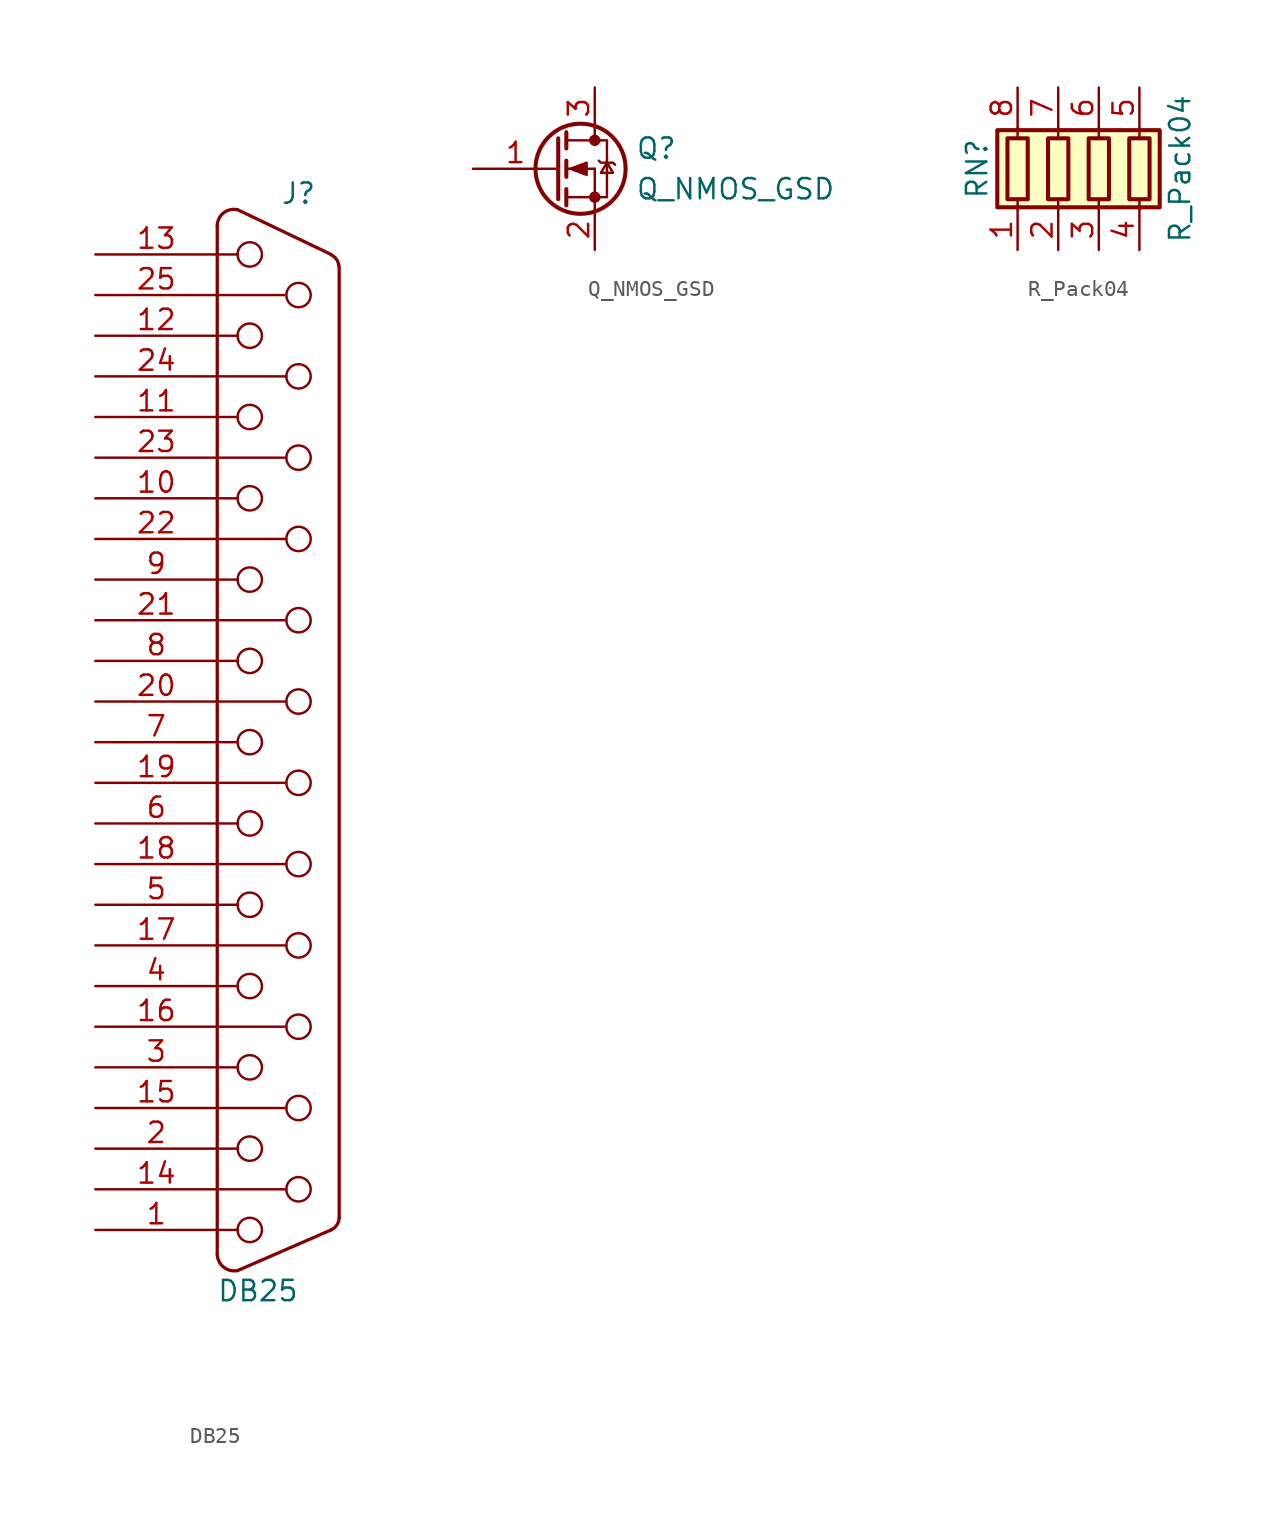
<source format=kicad_sym>
(kicad_symbol_lib
  (version 20241209)
  (generator "kicad_symbol_editor")
  (generator_version "9.0")
  (symbol "DB25"
    (pin_names
      (offset 1.016)
      (hide yes))
    (property "Reference" "J"
      (at 1.27 34.29 0)
      (effects (font (size 1.27 1.27))))
    (property "Value" "DB25"
      (at -1.27 -34.29 0)
      (effects (font (size 1.27 1.27))))
    (property "Footprint" ""
      (at 0 0 0)
      (effects (font (size 1.27 1.27))))
    (property "Datasheet" ""
      (at 0 0 0)
      (effects (font (size 1.27 1.27))))
    (symbol "DB25_0_1"
      (polyline (pts (xy -3.81 30.48) (xy -2.54 30.48)) (stroke (width 0) (type solid)) (fill (type none)))
      (polyline (pts (xy -3.81 27.94) (xy 0.508 27.94)) (stroke (width 0) (type solid)) (fill (type none)))
      (polyline (pts (xy -3.81 25.4) (xy -2.54 25.4)) (stroke (width 0) (type solid)) (fill (type none)))
      (polyline (pts (xy -3.81 22.86) (xy 0.508 22.86)) (stroke (width 0) (type solid)) (fill (type none)))
      (polyline (pts (xy -3.81 20.32) (xy -2.54 20.32)) (stroke (width 0) (type solid)) (fill (type none)))
      (polyline (pts (xy -3.81 17.78) (xy 0.508 17.78)) (stroke (width 0) (type solid)) (fill (type none)))
      (polyline (pts (xy -3.81 15.24) (xy -2.54 15.24)) (stroke (width 0) (type solid)) (fill (type none)))
      (polyline (pts (xy -3.81 12.7) (xy 0.508 12.7)) (stroke (width 0) (type solid)) (fill (type none)))
      (polyline (pts (xy -3.81 10.16) (xy -2.54 10.16)) (stroke (width 0) (type solid)) (fill (type none)))
      (polyline (pts (xy -3.81 7.62) (xy 0.508 7.62)) (stroke (width 0) (type solid)) (fill (type none)))
      (polyline (pts (xy -3.81 5.08) (xy -2.54 5.08)) (stroke (width 0) (type solid)) (fill (type none)))
      (polyline (pts (xy -3.81 2.54) (xy 0.508 2.54)) (stroke (width 0) (type solid)) (fill (type none)))
      (polyline (pts (xy -3.81 0) (xy -2.54 0)) (stroke (width 0) (type solid)) (fill (type none)))
      (polyline (pts (xy -3.81 -2.54) (xy 0.508 -2.54)) (stroke (width 0) (type solid)) (fill (type none)))
      (polyline (pts (xy -3.81 -5.08) (xy -2.54 -5.08)) (stroke (width 0) (type solid)) (fill (type none)))
      (polyline (pts (xy -3.81 -7.62) (xy 0.508 -7.62)) (stroke (width 0) (type solid)) (fill (type none)))
      (polyline (pts (xy -3.81 -10.16) (xy -2.54 -10.16)) (stroke (width 0) (type solid)) (fill (type none)))
      (polyline (pts (xy -3.81 -12.7) (xy 0.508 -12.7)) (stroke (width 0) (type solid)) (fill (type none)))
      (polyline (pts (xy -3.81 -15.24) (xy -2.54 -15.24)) (stroke (width 0) (type solid)) (fill (type none)))
      (polyline (pts (xy -3.81 -17.78) (xy 0.508 -17.78)) (stroke (width 0) (type solid)) (fill (type none)))
      (polyline (pts (xy -3.81 -20.32) (xy -2.54 -20.32)) (stroke (width 0) (type solid)) (fill (type none)))
      (polyline (pts (xy -3.81 -22.86) (xy 0.508 -22.86)) (stroke (width 0) (type solid)) (fill (type none)))
      (polyline (pts (xy -3.81 -25.4) (xy -2.54 -25.4)) (stroke (width 0) (type solid)) (fill (type none)))
      (polyline (pts (xy -3.81 -27.94) (xy 0.508 -27.94)) (stroke (width 0) (type solid)) (fill (type none)))
      (polyline (pts (xy -3.81 -30.48) (xy -2.54 -30.48)) (stroke (width 0) (type solid)) (fill (type none)))
      (polyline (pts (xy -3.81 -32.004) (xy -3.81 32.258)) (stroke (width 0.203) (type solid)) (fill (type none)))
      (arc (start -3.81 32.258) (mid -3.4192 33.0712) (end -2.54 33.274) (stroke (width 0.2032) (type solid)) (fill (type none)))
      (arc (start -2.54 -33.02) (mid -3.408 -32.8055) (end -3.81 -32.004) (stroke (width 0.2032) (type solid)) (fill (type none)))
      (polyline (pts (xy -2.54 -33.02) (xy 3.302 -30.48)) (stroke (width 0.203) (type solid)) (fill (type none)))
      (circle (center -1.778 30.48) (radius 0.762) (stroke (width 0) (type solid)) (fill (type none)))
      (circle (center -1.778 25.4) (radius 0.762) (stroke (width 0) (type solid)) (fill (type none)))
      (circle (center -1.778 20.32) (radius 0.762) (stroke (width 0) (type solid)) (fill (type none)))
      (circle (center -1.778 15.24) (radius 0.762) (stroke (width 0) (type solid)) (fill (type none)))
      (circle (center -1.778 10.16) (radius 0.762) (stroke (width 0) (type solid)) (fill (type none)))
      (circle (center -1.778 5.08) (radius 0.762) (stroke (width 0) (type solid)) (fill (type none)))
      (circle (center -1.778 0) (radius 0.762) (stroke (width 0) (type solid)) (fill (type none)))
      (circle (center -1.778 -5.08) (radius 0.762) (stroke (width 0) (type solid)) (fill (type none)))
      (circle (center -1.778 -10.16) (radius 0.762) (stroke (width 0) (type solid)) (fill (type none)))
      (circle (center -1.778 -15.24) (radius 0.762) (stroke (width 0) (type solid)) (fill (type none)))
      (circle (center -1.778 -20.32) (radius 0.762) (stroke (width 0) (type solid)) (fill (type none)))
      (circle (center -1.778 -25.4) (radius 0.762) (stroke (width 0) (type solid)) (fill (type none)))
      (circle (center -1.778 -30.48) (radius 0.762) (stroke (width 0) (type solid)) (fill (type none)))
      (circle (center 1.27 27.94) (radius 0.762) (stroke (width 0) (type solid)) (fill (type none)))
      (circle (center 1.27 22.86) (radius 0.762) (stroke (width 0) (type solid)) (fill (type none)))
      (circle (center 1.27 17.78) (radius 0.762) (stroke (width 0) (type solid)) (fill (type none)))
      (circle (center 1.27 12.7) (radius 0.762) (stroke (width 0) (type solid)) (fill (type none)))
      (circle (center 1.27 7.62) (radius 0.762) (stroke (width 0) (type solid)) (fill (type none)))
      (circle (center 1.27 2.54) (radius 0.762) (stroke (width 0) (type solid)) (fill (type none)))
      (circle (center 1.27 -2.54) (radius 0.762) (stroke (width 0) (type solid)) (fill (type none)))
      (circle (center 1.27 -7.62) (radius 0.762) (stroke (width 0) (type solid)) (fill (type none)))
      (circle (center 1.27 -12.7) (radius 0.762) (stroke (width 0) (type solid)) (fill (type none)))
      (circle (center 1.27 -17.78) (radius 0.762) (stroke (width 0) (type solid)) (fill (type none)))
      (circle (center 1.27 -22.86) (radius 0.762) (stroke (width 0) (type solid)) (fill (type none)))
      (circle (center 1.27 -27.94) (radius 0.762) (stroke (width 0) (type solid)) (fill (type none)))
      (arc (start 3.81 -29.718) (mid 3.6653 -30.1718) (end 3.302 -30.48) (stroke (width 0.2032) (type solid)) (fill (type none)))
      (arc (start 3.302 30.4546) (mid 3.6494 30.1568) (end 3.7846 29.718) (stroke (width 0.2032) (type solid)) (fill (type none)))
      (polyline (pts (xy 3.302 30.48) (xy -2.54 33.274)) (stroke (width 0.203) (type solid)) (fill (type none)))
      (polyline (pts (xy 3.81 -29.718) (xy 3.81 29.718)) (stroke (width 0.203) (type solid)) (fill (type none))))
    (symbol "DB25_1_1"
      (pin passive line (at -11.43 30.48 0) (length 7.62) (name "13" (effects (font (size 1.27 1.27)))) (number "13" (effects (font (size 1.27 1.27)))))
      (pin passive line (at -11.43 27.94 0) (length 7.62) (name "P25" (effects (font (size 1.27 1.27)))) (number "25" (effects (font (size 1.27 1.27)))))
      (pin passive line (at -11.43 25.4 0) (length 7.62) (name "12" (effects (font (size 1.27 1.27)))) (number "12" (effects (font (size 1.27 1.27)))))
      (pin passive line (at -11.43 22.86 0) (length 7.62) (name "P24" (effects (font (size 1.27 1.27)))) (number "24" (effects (font (size 1.27 1.27)))))
      (pin passive line (at -11.43 20.32 0) (length 7.62) (name "11" (effects (font (size 1.27 1.27)))) (number "11" (effects (font (size 1.27 1.27)))))
      (pin passive line (at -11.43 17.78 0) (length 7.62) (name "P23" (effects (font (size 1.27 1.27)))) (number "23" (effects (font (size 1.27 1.27)))))
      (pin passive line (at -11.43 15.24 0) (length 7.62) (name "10" (effects (font (size 1.27 1.27)))) (number "10" (effects (font (size 1.27 1.27)))))
      (pin passive line (at -11.43 12.7 0) (length 7.62) (name "P22" (effects (font (size 1.27 1.27)))) (number "22" (effects (font (size 1.27 1.27)))))
      (pin passive line (at -11.43 10.16 0) (length 7.62) (name "9" (effects (font (size 1.27 1.27)))) (number "9" (effects (font (size 1.27 1.27)))))
      (pin passive line (at -11.43 7.62 0) (length 7.62) (name "P21" (effects (font (size 1.27 1.27)))) (number "21" (effects (font (size 1.27 1.27)))))
      (pin passive line (at -11.43 5.08 0) (length 7.62) (name "8" (effects (font (size 1.27 1.27)))) (number "8" (effects (font (size 1.27 1.27)))))
      (pin passive line (at -11.43 2.54 0) (length 7.62) (name "P20" (effects (font (size 1.27 1.27)))) (number "20" (effects (font (size 1.27 1.27)))))
      (pin passive line (at -11.43 0 0) (length 7.62) (name "7" (effects (font (size 1.27 1.27)))) (number "7" (effects (font (size 1.27 1.27)))))
      (pin passive line (at -11.43 -2.54 0) (length 7.62) (name "P19" (effects (font (size 1.27 1.27)))) (number "19" (effects (font (size 1.27 1.27)))))
      (pin passive line (at -11.43 -5.08 0) (length 7.62) (name "6" (effects (font (size 1.27 1.27)))) (number "6" (effects (font (size 1.27 1.27)))))
      (pin passive line (at -11.43 -7.62 0) (length 7.62) (name "P18" (effects (font (size 1.27 1.27)))) (number "18" (effects (font (size 1.27 1.27)))))
      (pin passive line (at -11.43 -10.16 0) (length 7.62) (name "5" (effects (font (size 1.27 1.27)))) (number "5" (effects (font (size 1.27 1.27)))))
      (pin passive line (at -11.43 -12.7 0) (length 7.62) (name "P17" (effects (font (size 1.27 1.27)))) (number "17" (effects (font (size 1.27 1.27)))))
      (pin passive line (at -11.43 -15.24 0) (length 7.62) (name "4" (effects (font (size 1.27 1.27)))) (number "4" (effects (font (size 1.27 1.27)))))
      (pin passive line (at -11.43 -17.78 0) (length 7.62) (name "P16" (effects (font (size 1.27 1.27)))) (number "16" (effects (font (size 1.27 1.27)))))
      (pin passive line (at -11.43 -20.32 0) (length 7.62) (name "3" (effects (font (size 1.27 1.27)))) (number "3" (effects (font (size 1.27 1.27)))))
      (pin passive line (at -11.43 -22.86 0) (length 7.62) (name "P15" (effects (font (size 1.27 1.27)))) (number "15" (effects (font (size 1.27 1.27)))))
      (pin passive line (at -11.43 -25.4 0) (length 7.62) (name "2" (effects (font (size 1.27 1.27)))) (number "2" (effects (font (size 1.27 1.27)))))
      (pin passive line (at -11.43 -27.94 0) (length 7.62) (name "P14" (effects (font (size 1.27 1.27)))) (number "14" (effects (font (size 1.27 1.27)))))
      (pin passive line (at -11.43 -30.48 0) (length 7.62) (name "1" (effects (font (size 1.27 1.27)))) (number "1" (effects (font (size 1.27 1.27)))))))
  (symbol "Q_NMOS_GSD"
    (pin_names
      (offset 0)
      (hide yes))
    (property "Reference" "Q"
      (at 5.08 1.27 0)
      (effects (font (size 1.27 1.27)) (justify left)))
    (property "Value" "Q_NMOS_GSD"
      (at 5.08 -1.27 0)
      (effects (font (size 1.27 1.27)) (justify left)))
    (property "Footprint" ""
      (at 5.08 2.54 0)
      (effects (font (size 1.27 1.27))))
    (property "Datasheet" ""
      (at 0 0 0)
      (effects (font (size 1.27 1.27))))
    (symbol "Q_NMOS_GSD_0_1"
      (polyline (pts (xy 0.254 1.905) (xy 0.254 -1.905) (xy 0.254 -1.905)) (stroke (width 0.254) (type solid)) (fill (type none)))
      (polyline (pts (xy 0.762 2.286) (xy 0.762 1.27)) (stroke (width 0.254) (type solid)) (fill (type none)))
      (polyline (pts (xy 0.762 1.778) (xy 2.54 1.778)) (stroke (width 0) (type solid)) (fill (type none)))
      (polyline (pts (xy 0.762 0.508) (xy 0.762 -0.508)) (stroke (width 0.254) (type solid)) (fill (type none)))
      (polyline (pts (xy 0.762 0) (xy 2.54 0)) (stroke (width 0) (type solid)) (fill (type none)))
      (polyline (pts (xy 0.762 -1.27) (xy 0.762 -2.286)) (stroke (width 0.254) (type solid)) (fill (type none)))
      (polyline (pts (xy 0.762 -1.778) (xy 2.54 -1.778)) (stroke (width 0) (type solid)) (fill (type none)))
      (polyline (pts (xy 1.016 0) (xy 2.032 0.381) (xy 2.032 -0.381) (xy 1.016 0)) (stroke (width 0) (type solid)) (fill (type outline)))
      (circle (center 1.651 0) (radius 2.819) (stroke (width 0.254) (type solid)) (fill (type none)))
      (polyline (pts (xy 2.54 2.54) (xy 2.54 1.778)) (stroke (width 0) (type solid)) (fill (type none)))
      (circle (center 2.54 1.778) (radius 0.279) (stroke (width 0) (type solid)) (fill (type outline)))
      (polyline (pts (xy 2.54 -1.778) (xy 2.54 0)) (stroke (width 0) (type solid)) (fill (type none)))
      (polyline (pts (xy 2.54 -1.778) (xy 2.54 -2.54)) (stroke (width 0) (type solid)) (fill (type none)))
      (polyline (pts (xy 2.54 -1.778) (xy 3.302 -1.778) (xy 3.302 1.778) (xy 2.54 1.778)) (stroke (width 0) (type solid)) (fill (type none)))
      (circle (center 2.54 -1.778) (radius 0.279) (stroke (width 0) (type solid)) (fill (type outline)))
      (polyline (pts (xy 2.794 0.508) (xy 2.921 0.381) (xy 3.683 0.381) (xy 3.81 0.254)) (stroke (width 0) (type solid)) (fill (type none)))
      (polyline (pts (xy 3.302 0.381) (xy 2.921 -0.254) (xy 3.683 -0.254) (xy 3.302 0.381)) (stroke (width 0) (type solid)) (fill (type none))))
    (symbol "Q_NMOS_GSD_1_1"
      (pin input line (at -5.08 0 0) (length 5.334) (name "G" (effects (font (size 1.27 1.27)))) (number "1" (effects (font (size 1.27 1.27)))))
      (pin passive line (at 2.54 5.08 270) (length 2.54) (name "D" (effects (font (size 1.27 1.27)))) (number "3" (effects (font (size 1.27 1.27)))))
      (pin passive line (at 2.54 -5.08 90) (length 2.54) (name "S" (effects (font (size 1.27 1.27)))) (number "2" (effects (font (size 1.27 1.27)))))))
  (symbol "R_Pack04"
    (pin_names
      (offset 0)
      (hide yes))
    (property "Reference" "RN"
      (at -7.62 0 90)
      (effects (font (size 1.27 1.27))))
    (property "Value" "R_Pack04"
      (at 5.08 0 90)
      (effects (font (size 1.27 1.27))))
    (property "Datasheet" ""
      (at 0 0 0)
      (effects (font (size 1.27 1.27))))
    (symbol "R_Pack04_0_1"
      (rectangle (start -6.35 -2.413) (end 3.81 2.413) (stroke (width 0.254) (type solid)) (fill (type background)))
      (rectangle (start -5.715 1.905) (end -4.445 -1.905) (stroke (width 0.254) (type solid)) (fill (type none)))
      (polyline (pts (xy -5.08 1.905) (xy -5.08 2.54)) (stroke (width 0) (type solid)) (fill (type none)))
      (polyline (pts (xy -5.08 -2.54) (xy -5.08 -1.905)) (stroke (width 0) (type solid)) (fill (type none)))
      (rectangle (start -3.175 1.905) (end -1.905 -1.905) (stroke (width 0.254) (type solid)) (fill (type none)))
      (polyline (pts (xy -2.54 1.905) (xy -2.54 2.54)) (stroke (width 0) (type solid)) (fill (type none)))
      (polyline (pts (xy -2.54 -2.54) (xy -2.54 -1.905)) (stroke (width 0) (type solid)) (fill (type none)))
      (rectangle (start -0.635 1.905) (end 0.635 -1.905) (stroke (width 0.254) (type solid)) (fill (type none)))
      (polyline (pts (xy 0 1.905) (xy 0 2.54)) (stroke (width 0) (type solid)) (fill (type none)))
      (polyline (pts (xy 0 -2.54) (xy 0 -1.905)) (stroke (width 0) (type solid)) (fill (type none)))
      (rectangle (start 1.905 1.905) (end 3.175 -1.905) (stroke (width 0.254) (type solid)) (fill (type none)))
      (polyline (pts (xy 2.54 1.905) (xy 2.54 2.54)) (stroke (width 0) (type solid)) (fill (type none)))
      (polyline (pts (xy 2.54 -2.54) (xy 2.54 -1.905)) (stroke (width 0) (type solid)) (fill (type none))))
    (symbol "R_Pack04_1_1"
      (pin passive line (at -5.08 5.08 270) (length 2.54) (name "R1.2" (effects (font (size 1.27 1.27)))) (number "8" (effects (font (size 1.27 1.27)))))
      (pin passive line (at -5.08 -5.08 90) (length 2.54) (name "R1.1" (effects (font (size 1.27 1.27)))) (number "1" (effects (font (size 1.27 1.27)))))
      (pin passive line (at -2.54 5.08 270) (length 2.54) (name "R2.2" (effects (font (size 1.27 1.27)))) (number "7" (effects (font (size 1.27 1.27)))))
      (pin passive line (at -2.54 -5.08 90) (length 2.54) (name "R2.1" (effects (font (size 1.27 1.27)))) (number "2" (effects (font (size 1.27 1.27)))))
      (pin passive line (at 0 5.08 270) (length 2.54) (name "R3.2" (effects (font (size 1.27 1.27)))) (number "6" (effects (font (size 1.27 1.27)))))
      (pin passive line (at 0 -5.08 90) (length 2.54) (name "R3.1" (effects (font (size 1.27 1.27)))) (number "3" (effects (font (size 1.27 1.27)))))
      (pin passive line (at 2.54 5.08 270) (length 2.54) (name "R4.2" (effects (font (size 1.27 1.27)))) (number "5" (effects (font (size 1.27 1.27)))))
      (pin passive line (at 2.54 -5.08 90) (length 2.54) (name "R4.1" (effects (font (size 1.27 1.27)))) (number "4" (effects (font (size 1.27 1.27))))))))
</source>
